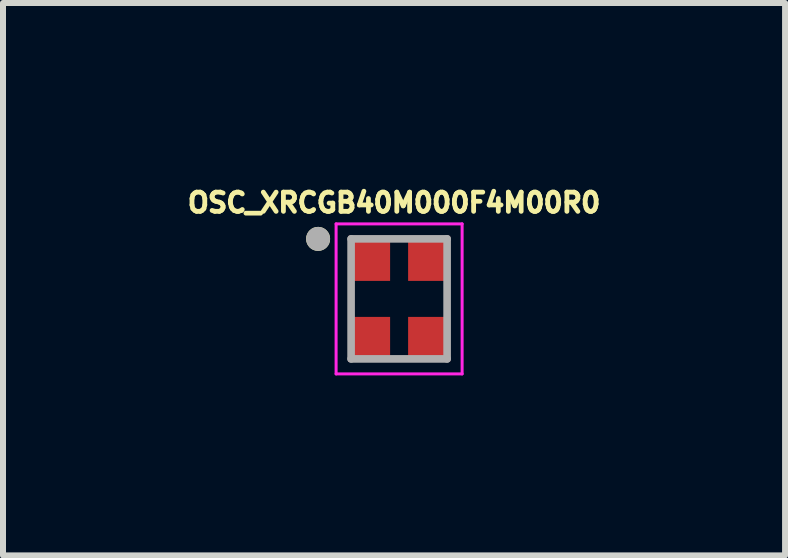
<source format=kicad_pcb>
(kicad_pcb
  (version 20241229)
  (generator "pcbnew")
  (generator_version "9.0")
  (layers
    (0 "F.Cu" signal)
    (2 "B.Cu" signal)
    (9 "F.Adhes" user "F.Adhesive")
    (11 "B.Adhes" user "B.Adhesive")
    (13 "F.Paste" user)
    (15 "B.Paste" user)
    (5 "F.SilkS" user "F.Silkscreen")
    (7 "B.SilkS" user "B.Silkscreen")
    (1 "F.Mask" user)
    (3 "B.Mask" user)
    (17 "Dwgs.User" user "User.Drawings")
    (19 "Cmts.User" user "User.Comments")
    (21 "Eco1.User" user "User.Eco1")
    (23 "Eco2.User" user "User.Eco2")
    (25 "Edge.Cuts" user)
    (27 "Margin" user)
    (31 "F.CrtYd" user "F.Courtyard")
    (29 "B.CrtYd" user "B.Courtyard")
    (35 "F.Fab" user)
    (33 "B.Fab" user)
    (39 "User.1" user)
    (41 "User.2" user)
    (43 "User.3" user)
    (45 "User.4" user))
  (footprint "OSC_XRCGB40M000F4M00R0"
    (layer "F.Cu")
    (at 3.601 1.931)
    (property "Reference" "OSC_XRCGB40M000F4M00R0" (at -0.084 -1.603 0) (layer "F.SilkS") (effects (font (size 0.32 0.32) (thickness 0.15))))
    (attr smd)
    (fp_circle (center -1.35 -1) (end -1.25 -1) (stroke (width 0.2) (type solid)) (fill no) (layer "F.SilkS"))
    (fp_line (start -1.05 -1.25) (end 1.05 -1.25) (stroke (width 0.05) (type solid)) (layer "F.CrtYd"))
    (fp_line (start -1.05 1.25) (end -1.05 -1.25) (stroke (width 0.05) (type solid)) (layer "F.CrtYd"))
    (fp_line (start 1.05 -1.25) (end 1.05 1.25) (stroke (width 0.05) (type solid)) (layer "F.CrtYd"))
    (fp_line (start 1.05 1.25) (end -1.05 1.25) (stroke (width 0.05) (type solid)) (layer "F.CrtYd"))
    (fp_line (start -0.8 -1) (end 0.8 -1) (stroke (width 0.127) (type solid)) (layer "F.Fab"))
    (fp_line (start -0.8 1) (end -0.8 -1) (stroke (width 0.127) (type solid)) (layer "F.Fab"))
    (fp_line (start 0.8 -1) (end 0.8 1) (stroke (width 0.127) (type solid)) (layer "F.Fab"))
    (fp_line (start 0.8 1) (end -0.8 1) (stroke (width 0.127) (type solid)) (layer "F.Fab"))
    (fp_circle (center -1.35 -1) (end -1.25 -1) (stroke (width 0.2) (type solid)) (fill no) (layer "F.Fab"))
    (pad "1" smd rect (at -0.5 -0.675) (size 0.7 0.75) (layers "F.Cu" "F.Mask" "F.Paste"))
    (pad "2" smd rect (at -0.5 0.675) (size 0.7 0.75) (layers "F.Cu" "F.Mask" "F.Paste"))
    (pad "3" smd rect (at 0.5 0.675) (size 0.7 0.75) (layers "F.Cu" "F.Mask" "F.Paste"))
    (pad "4" smd rect (at 0.5 -0.675) (size 0.7 0.75) (layers "F.Cu" "F.Mask" "F.Paste")))
  (gr_rect
    (start -3 -3)
    (end 10.033 6.206)
    (stroke (width 0.1) (type default))
    (fill no)
    (layer "Edge.Cuts")))
</source>
